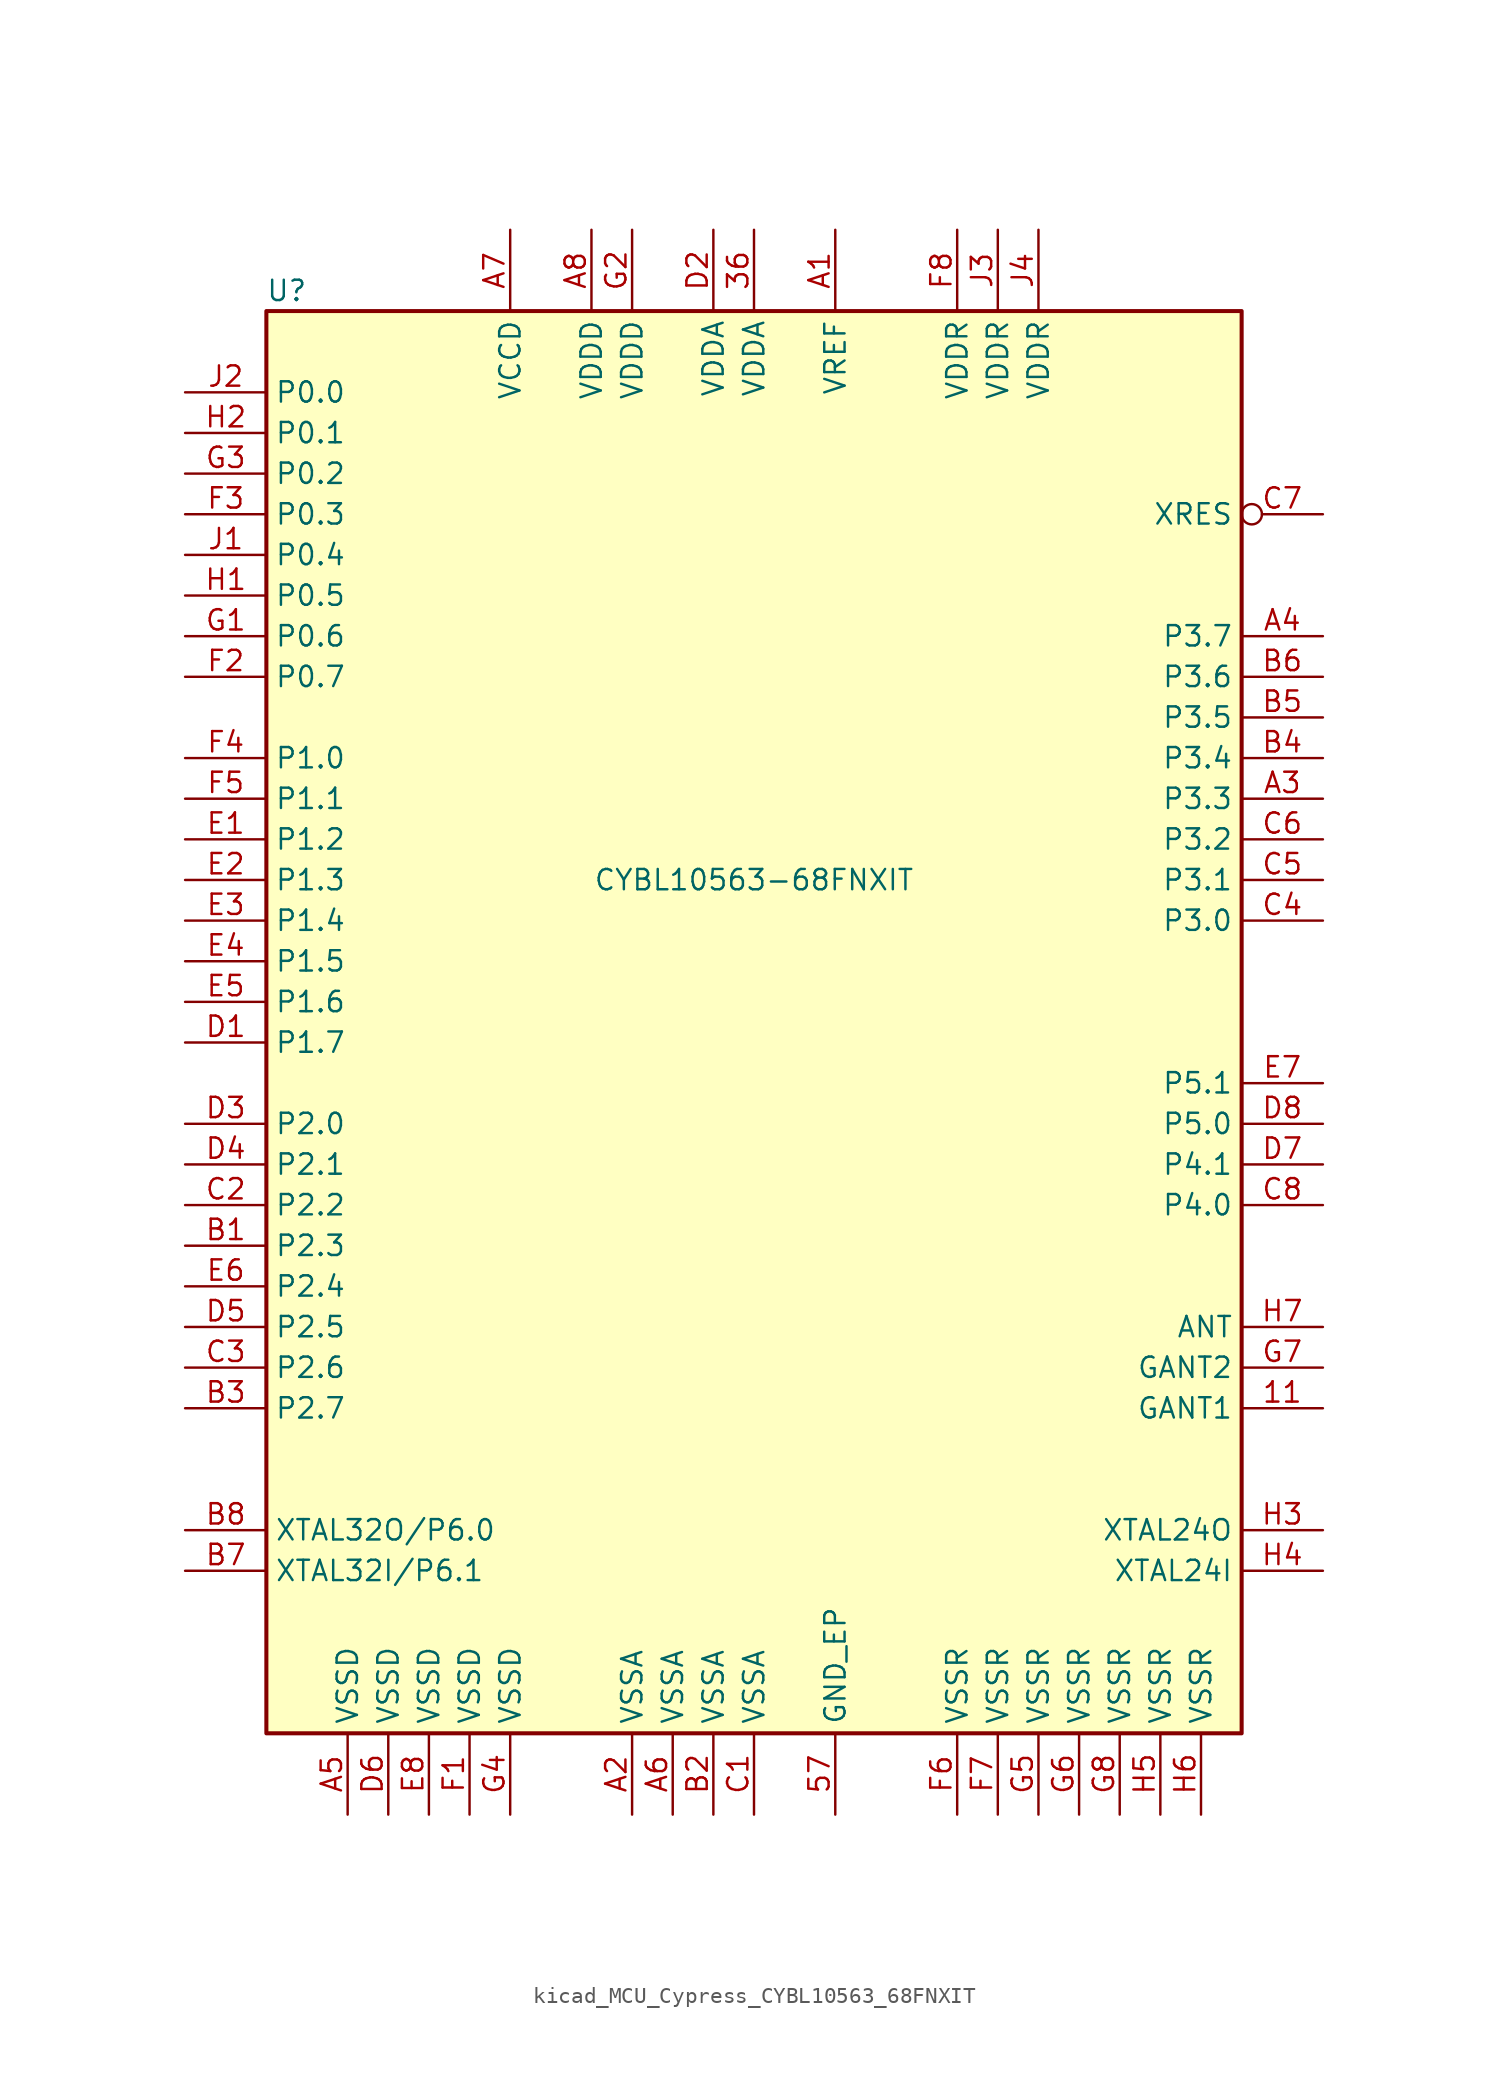
<source format=kicad_sym>
(kicad_symbol_lib
  (version 20220914)
  (generator kicad_symbol_editor)
  (symbol "kicad_MCU_Cypress_CYBL10563_68FNXIT"
    (property "Reference" "U"
      (at -29.21 39.37 0)
      (effects (font (size 1.27 1.27))))
    (property "Value" "CYBL10563-68FNXIT"
      (at 0 2.54 0)
      (effects (font (size 1.27 1.27))))
    (symbol "kicad_MCU_Cypress_CYBL10563_68FNXIT_1_0"
      (rectangle (start -30.48 -50.8) (end 30.48 38.1) (stroke (width 0.254) (type default)) (fill (type background))))
    (symbol "kicad_MCU_Cypress_CYBL10563_68FNXIT_1_1"
      (pin power_in line (at 35.56 -30.48 180) (length 5.08) (name "GANT1" (effects (font (size 1.27 1.27)))) (number "11" (effects (font (size 1.27 1.27)))))
      (pin power_in line (at 0 43.18 270) (length 5.08) (name "VDDA" (effects (font (size 1.27 1.27)))) (number "36" (effects (font (size 1.27 1.27)))))
      (pin power_in line (at 5.08 -55.88 90) (length 5.08) (name "GND_EP" (effects (font (size 1.27 1.27)))) (number "57" (effects (font (size 1.27 1.27)))))
      (pin passive line (at 5.08 43.18 270) (length 5.08) (name "VREF" (effects (font (size 1.27 1.27)))) (number "A1" (effects (font (size 1.27 1.27)))))
      (pin power_in line (at -7.62 -55.88 90) (length 5.08) (name "VSSA" (effects (font (size 1.27 1.27)))) (number "A2" (effects (font (size 1.27 1.27)))))
      (pin bidirectional line (at 35.56 7.62 180) (length 5.08) (name "P3.3" (effects (font (size 1.27 1.27)))) (number "A3" (effects (font (size 1.27 1.27)))))
      (pin bidirectional line (at 35.56 17.78 180) (length 5.08) (name "P3.7" (effects (font (size 1.27 1.27)))) (number "A4" (effects (font (size 1.27 1.27)))))
      (pin power_in line (at -25.4 -55.88 90) (length 5.08) (name "VSSD" (effects (font (size 1.27 1.27)))) (number "A5" (effects (font (size 1.27 1.27)))))
      (pin power_in line (at -5.08 -55.88 90) (length 5.08) (name "VSSA" (effects (font (size 1.27 1.27)))) (number "A6" (effects (font (size 1.27 1.27)))))
      (pin power_out line (at -15.24 43.18 270) (length 5.08) (name "VCCD" (effects (font (size 1.27 1.27)))) (number "A7" (effects (font (size 1.27 1.27)))))
      (pin power_in line (at -10.16 43.18 270) (length 5.08) (name "VDDD" (effects (font (size 1.27 1.27)))) (number "A8" (effects (font (size 1.27 1.27)))))
      (pin bidirectional line (at -35.56 -20.32 0) (length 5.08) (name "P2.3" (effects (font (size 1.27 1.27)))) (number "B1" (effects (font (size 1.27 1.27)))))
      (pin bidirectional line (at -2.54 -55.88 90) (length 5.08) (name "VSSA" (effects (font (size 1.27 1.27)))) (number "B2" (effects (font (size 1.27 1.27)))))
      (pin bidirectional line (at -35.56 -30.48 0) (length 5.08) (name "P2.7" (effects (font (size 1.27 1.27)))) (number "B3" (effects (font (size 1.27 1.27)))))
      (pin bidirectional line (at 35.56 10.16 180) (length 5.08) (name "P3.4" (effects (font (size 1.27 1.27)))) (number "B4" (effects (font (size 1.27 1.27)))))
      (pin bidirectional line (at 35.56 12.7 180) (length 5.08) (name "P3.5" (effects (font (size 1.27 1.27)))) (number "B5" (effects (font (size 1.27 1.27)))))
      (pin bidirectional line (at 35.56 15.24 180) (length 5.08) (name "P3.6" (effects (font (size 1.27 1.27)))) (number "B6" (effects (font (size 1.27 1.27)))))
      (pin bidirectional line (at -35.56 -40.64 0) (length 5.08) (name "XTAL32I/P6.1" (effects (font (size 1.27 1.27)))) (number "B7" (effects (font (size 1.27 1.27)))))
      (pin bidirectional line (at -35.56 -38.1 0) (length 5.08) (name "XTAL32O/P6.0" (effects (font (size 1.27 1.27)))) (number "B8" (effects (font (size 1.27 1.27)))))
      (pin power_in line (at 0 -55.88 90) (length 5.08) (name "VSSA" (effects (font (size 1.27 1.27)))) (number "C1" (effects (font (size 1.27 1.27)))))
      (pin bidirectional line (at -35.56 -17.78 0) (length 5.08) (name "P2.2" (effects (font (size 1.27 1.27)))) (number "C2" (effects (font (size 1.27 1.27)))))
      (pin bidirectional line (at -35.56 -27.94 0) (length 5.08) (name "P2.6" (effects (font (size 1.27 1.27)))) (number "C3" (effects (font (size 1.27 1.27)))))
      (pin bidirectional line (at 35.56 0 180) (length 5.08) (name "P3.0" (effects (font (size 1.27 1.27)))) (number "C4" (effects (font (size 1.27 1.27)))))
      (pin bidirectional line (at 35.56 2.54 180) (length 5.08) (name "P3.1" (effects (font (size 1.27 1.27)))) (number "C5" (effects (font (size 1.27 1.27)))))
      (pin bidirectional line (at 35.56 5.08 180) (length 5.08) (name "P3.2" (effects (font (size 1.27 1.27)))) (number "C6" (effects (font (size 1.27 1.27)))))
      (pin input inverted (at 35.56 25.4 180) (length 5.08) (name "XRES" (effects (font (size 1.27 1.27)))) (number "C7" (effects (font (size 1.27 1.27)))))
      (pin bidirectional line (at 35.56 -17.78 180) (length 5.08) (name "P4.0" (effects (font (size 1.27 1.27)))) (number "C8" (effects (font (size 1.27 1.27)))))
      (pin bidirectional line (at -35.56 -7.62 0) (length 5.08) (name "P1.7" (effects (font (size 1.27 1.27)))) (number "D1" (effects (font (size 1.27 1.27)))))
      (pin power_in line (at -2.54 43.18 270) (length 5.08) (name "VDDA" (effects (font (size 1.27 1.27)))) (number "D2" (effects (font (size 1.27 1.27)))))
      (pin bidirectional line (at -35.56 -12.7 0) (length 5.08) (name "P2.0" (effects (font (size 1.27 1.27)))) (number "D3" (effects (font (size 1.27 1.27)))))
      (pin bidirectional line (at -35.56 -15.24 0) (length 5.08) (name "P2.1" (effects (font (size 1.27 1.27)))) (number "D4" (effects (font (size 1.27 1.27)))))
      (pin bidirectional line (at -35.56 -25.4 0) (length 5.08) (name "P2.5" (effects (font (size 1.27 1.27)))) (number "D5" (effects (font (size 1.27 1.27)))))
      (pin power_in line (at -22.86 -55.88 90) (length 5.08) (name "VSSD" (effects (font (size 1.27 1.27)))) (number "D6" (effects (font (size 1.27 1.27)))))
      (pin bidirectional line (at 35.56 -15.24 180) (length 5.08) (name "P4.1" (effects (font (size 1.27 1.27)))) (number "D7" (effects (font (size 1.27 1.27)))))
      (pin bidirectional line (at 35.56 -12.7 180) (length 5.08) (name "P5.0" (effects (font (size 1.27 1.27)))) (number "D8" (effects (font (size 1.27 1.27)))))
      (pin bidirectional line (at -35.56 5.08 0) (length 5.08) (name "P1.2" (effects (font (size 1.27 1.27)))) (number "E1" (effects (font (size 1.27 1.27)))))
      (pin bidirectional line (at -35.56 2.54 0) (length 5.08) (name "P1.3" (effects (font (size 1.27 1.27)))) (number "E2" (effects (font (size 1.27 1.27)))))
      (pin bidirectional line (at -35.56 0 0) (length 5.08) (name "P1.4" (effects (font (size 1.27 1.27)))) (number "E3" (effects (font (size 1.27 1.27)))))
      (pin bidirectional line (at -35.56 -2.54 0) (length 5.08) (name "P1.5" (effects (font (size 1.27 1.27)))) (number "E4" (effects (font (size 1.27 1.27)))))
      (pin bidirectional line (at -35.56 -5.08 0) (length 5.08) (name "P1.6" (effects (font (size 1.27 1.27)))) (number "E5" (effects (font (size 1.27 1.27)))))
      (pin bidirectional line (at -35.56 -22.86 0) (length 5.08) (name "P2.4" (effects (font (size 1.27 1.27)))) (number "E6" (effects (font (size 1.27 1.27)))))
      (pin bidirectional line (at 35.56 -10.16 180) (length 5.08) (name "P5.1" (effects (font (size 1.27 1.27)))) (number "E7" (effects (font (size 1.27 1.27)))))
      (pin power_in line (at -20.32 -55.88 90) (length 5.08) (name "VSSD" (effects (font (size 1.27 1.27)))) (number "E8" (effects (font (size 1.27 1.27)))))
      (pin power_in line (at -17.78 -55.88 90) (length 5.08) (name "VSSD" (effects (font (size 1.27 1.27)))) (number "F1" (effects (font (size 1.27 1.27)))))
      (pin bidirectional line (at -35.56 15.24 0) (length 5.08) (name "P0.7" (effects (font (size 1.27 1.27)))) (number "F2" (effects (font (size 1.27 1.27)))))
      (pin bidirectional line (at -35.56 25.4 0) (length 5.08) (name "P0.3" (effects (font (size 1.27 1.27)))) (number "F3" (effects (font (size 1.27 1.27)))))
      (pin bidirectional line (at -35.56 10.16 0) (length 5.08) (name "P1.0" (effects (font (size 1.27 1.27)))) (number "F4" (effects (font (size 1.27 1.27)))))
      (pin bidirectional line (at -35.56 7.62 0) (length 5.08) (name "P1.1" (effects (font (size 1.27 1.27)))) (number "F5" (effects (font (size 1.27 1.27)))))
      (pin power_in line (at 12.7 -55.88 90) (length 5.08) (name "VSSR" (effects (font (size 1.27 1.27)))) (number "F6" (effects (font (size 1.27 1.27)))))
      (pin power_in line (at 15.24 -55.88 90) (length 5.08) (name "VSSR" (effects (font (size 1.27 1.27)))) (number "F7" (effects (font (size 1.27 1.27)))))
      (pin power_in line (at 12.7 43.18 270) (length 5.08) (name "VDDR" (effects (font (size 1.27 1.27)))) (number "F8" (effects (font (size 1.27 1.27)))))
      (pin bidirectional line (at -35.56 17.78 0) (length 5.08) (name "P0.6" (effects (font (size 1.27 1.27)))) (number "G1" (effects (font (size 1.27 1.27)))))
      (pin power_in line (at -7.62 43.18 270) (length 5.08) (name "VDDD" (effects (font (size 1.27 1.27)))) (number "G2" (effects (font (size 1.27 1.27)))))
      (pin bidirectional line (at -35.56 27.94 0) (length 5.08) (name "P0.2" (effects (font (size 1.27 1.27)))) (number "G3" (effects (font (size 1.27 1.27)))))
      (pin power_in line (at -15.24 -55.88 90) (length 5.08) (name "VSSD" (effects (font (size 1.27 1.27)))) (number "G4" (effects (font (size 1.27 1.27)))))
      (pin power_in line (at 17.78 -55.88 90) (length 5.08) (name "VSSR" (effects (font (size 1.27 1.27)))) (number "G5" (effects (font (size 1.27 1.27)))))
      (pin power_in line (at 20.32 -55.88 90) (length 5.08) (name "VSSR" (effects (font (size 1.27 1.27)))) (number "G6" (effects (font (size 1.27 1.27)))))
      (pin power_in line (at 35.56 -27.94 180) (length 5.08) (name "GANT2" (effects (font (size 1.27 1.27)))) (number "G7" (effects (font (size 1.27 1.27)))))
      (pin power_in line (at 22.86 -55.88 90) (length 5.08) (name "VSSR" (effects (font (size 1.27 1.27)))) (number "G8" (effects (font (size 1.27 1.27)))))
      (pin bidirectional line (at -35.56 20.32 0) (length 5.08) (name "P0.5" (effects (font (size 1.27 1.27)))) (number "H1" (effects (font (size 1.27 1.27)))))
      (pin bidirectional line (at -35.56 30.48 0) (length 5.08) (name "P0.1" (effects (font (size 1.27 1.27)))) (number "H2" (effects (font (size 1.27 1.27)))))
      (pin output line (at 35.56 -38.1 180) (length 5.08) (name "XTAL24O" (effects (font (size 1.27 1.27)))) (number "H3" (effects (font (size 1.27 1.27)))))
      (pin input line (at 35.56 -40.64 180) (length 5.08) (name "XTAL24I" (effects (font (size 1.27 1.27)))) (number "H4" (effects (font (size 1.27 1.27)))))
      (pin power_in line (at 25.4 -55.88 90) (length 5.08) (name "VSSR" (effects (font (size 1.27 1.27)))) (number "H5" (effects (font (size 1.27 1.27)))))
      (pin power_in line (at 27.94 -55.88 90) (length 5.08) (name "VSSR" (effects (font (size 1.27 1.27)))) (number "H6" (effects (font (size 1.27 1.27)))))
      (pin output line (at 35.56 -25.4 180) (length 5.08) (name "ANT" (effects (font (size 1.27 1.27)))) (number "H7" (effects (font (size 1.27 1.27)))))
      (pin bidirectional line (at -35.56 22.86 0) (length 5.08) (name "P0.4" (effects (font (size 1.27 1.27)))) (number "J1" (effects (font (size 1.27 1.27)))))
      (pin bidirectional line (at -35.56 33.02 0) (length 5.08) (name "P0.0" (effects (font (size 1.27 1.27)))) (number "J2" (effects (font (size 1.27 1.27)))))
      (pin power_in line (at 15.24 43.18 270) (length 5.08) (name "VDDR" (effects (font (size 1.27 1.27)))) (number "J3" (effects (font (size 1.27 1.27)))))
      (pin power_in line (at 17.78 43.18 270) (length 5.08) (name "VDDR" (effects (font (size 1.27 1.27)))) (number "J4" (effects (font (size 1.27 1.27)))))
      (pin no_connect line (at 30.48 30.48 180) (length 2.54) hide (name "NC" (effects (font (size 1.27 1.27)))) (number "J7" (effects (font (size 1.27 1.27))))))))
</source>
